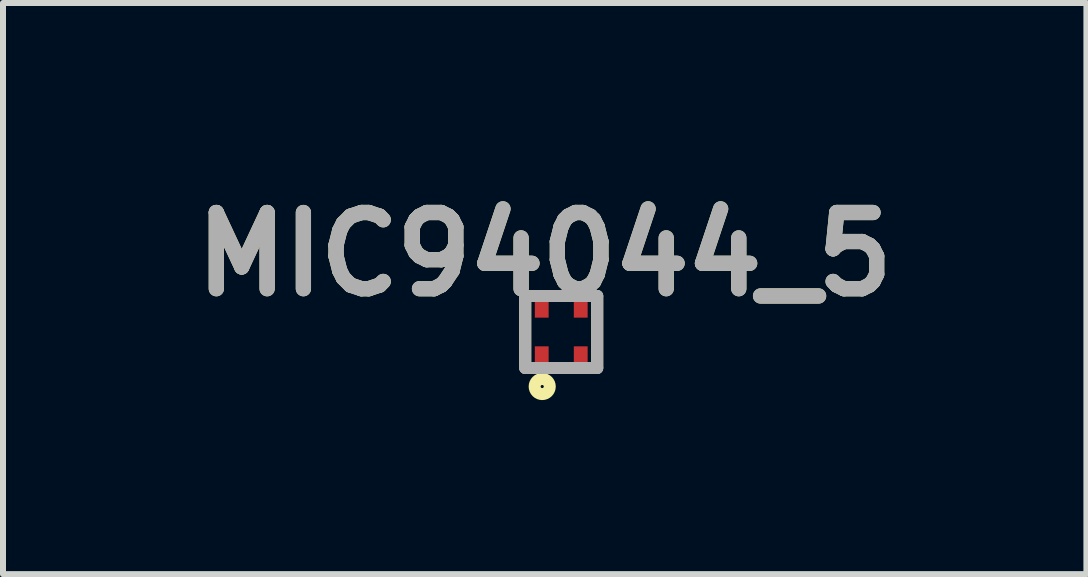
<source format=kicad_pcb>
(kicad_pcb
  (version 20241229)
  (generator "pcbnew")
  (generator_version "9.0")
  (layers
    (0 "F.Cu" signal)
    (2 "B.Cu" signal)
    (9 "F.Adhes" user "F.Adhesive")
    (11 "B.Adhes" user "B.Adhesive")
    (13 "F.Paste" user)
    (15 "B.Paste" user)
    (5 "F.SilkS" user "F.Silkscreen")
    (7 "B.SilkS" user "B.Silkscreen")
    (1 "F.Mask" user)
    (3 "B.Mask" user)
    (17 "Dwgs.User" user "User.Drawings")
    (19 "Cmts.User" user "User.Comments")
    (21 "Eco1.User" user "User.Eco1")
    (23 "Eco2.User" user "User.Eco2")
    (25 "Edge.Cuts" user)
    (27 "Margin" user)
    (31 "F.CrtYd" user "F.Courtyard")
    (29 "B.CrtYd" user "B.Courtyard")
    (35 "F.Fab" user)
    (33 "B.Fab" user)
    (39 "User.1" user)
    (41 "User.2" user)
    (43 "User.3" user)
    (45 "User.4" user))
  (footprint "MIC94044_5"
    (layer "F.Cu")
    (at 6.305 2.484)
    (property "Reference" "MIC94044_5" (at -0.276 -1.296 0) (layer "F.SilkS") (effects (font (size 1.27 1.27) (thickness 0.254))))
    (attr smd)
    (fp_line (start -0.6 -0.6) (end -0.6 0.6) (stroke (width 0.2) (type solid)) (layer "F.SilkS"))
    (fp_line (start 0.6 -0.6) (end 0.6 0.6) (stroke (width 0.2) (type solid)) (layer "F.SilkS"))
    (fp_circle (center -0.317 0.909) (end -0.317 0.935) (stroke (width 0.2) (type solid)) (fill no) (layer "F.SilkS"))
    (fp_line (start -0.6 -0.6) (end 0.6 -0.6) (stroke (width 0.2) (type solid)) (layer "F.Fab"))
    (fp_line (start -0.6 0.6) (end -0.6 -0.6) (stroke (width 0.2) (type solid)) (layer "F.Fab"))
    (fp_line (start 0.6 -0.6) (end 0.6 0.6) (stroke (width 0.2) (type solid)) (layer "F.Fab"))
    (fp_line (start 0.6 0.6) (end -0.6 0.6) (stroke (width 0.2) (type solid)) (layer "F.Fab"))
    (fp_text user "${REFERENCE}" (at -0.276 -1.296 0) (layer "F.Fab") (effects (font (size 1.27 1.27) (thickness 0.254))))
    (pad "1" smd rect (at -0.325 0.469) (size 0.23 0.46) (layers "F.Cu" "F.Mask" "F.Paste"))
    (pad "2" smd rect (at 0.325 0.469) (size 0.23 0.46) (layers "F.Cu" "F.Mask" "F.Paste"))
    (pad "3" smd rect (at 0.325 -0.469) (size 0.23 0.46) (layers "F.Cu" "F.Mask" "F.Paste"))
    (pad "4" smd rect (at -0.325 -0.469) (size 0.23 0.46) (layers "F.Cu" "F.Mask" "F.Paste")))
  (gr_rect
    (start -3 -3)
    (end 15.059 6.52)
    (stroke (width 0.1) (type default))
    (fill no)
    (layer "Edge.Cuts")))
</source>
